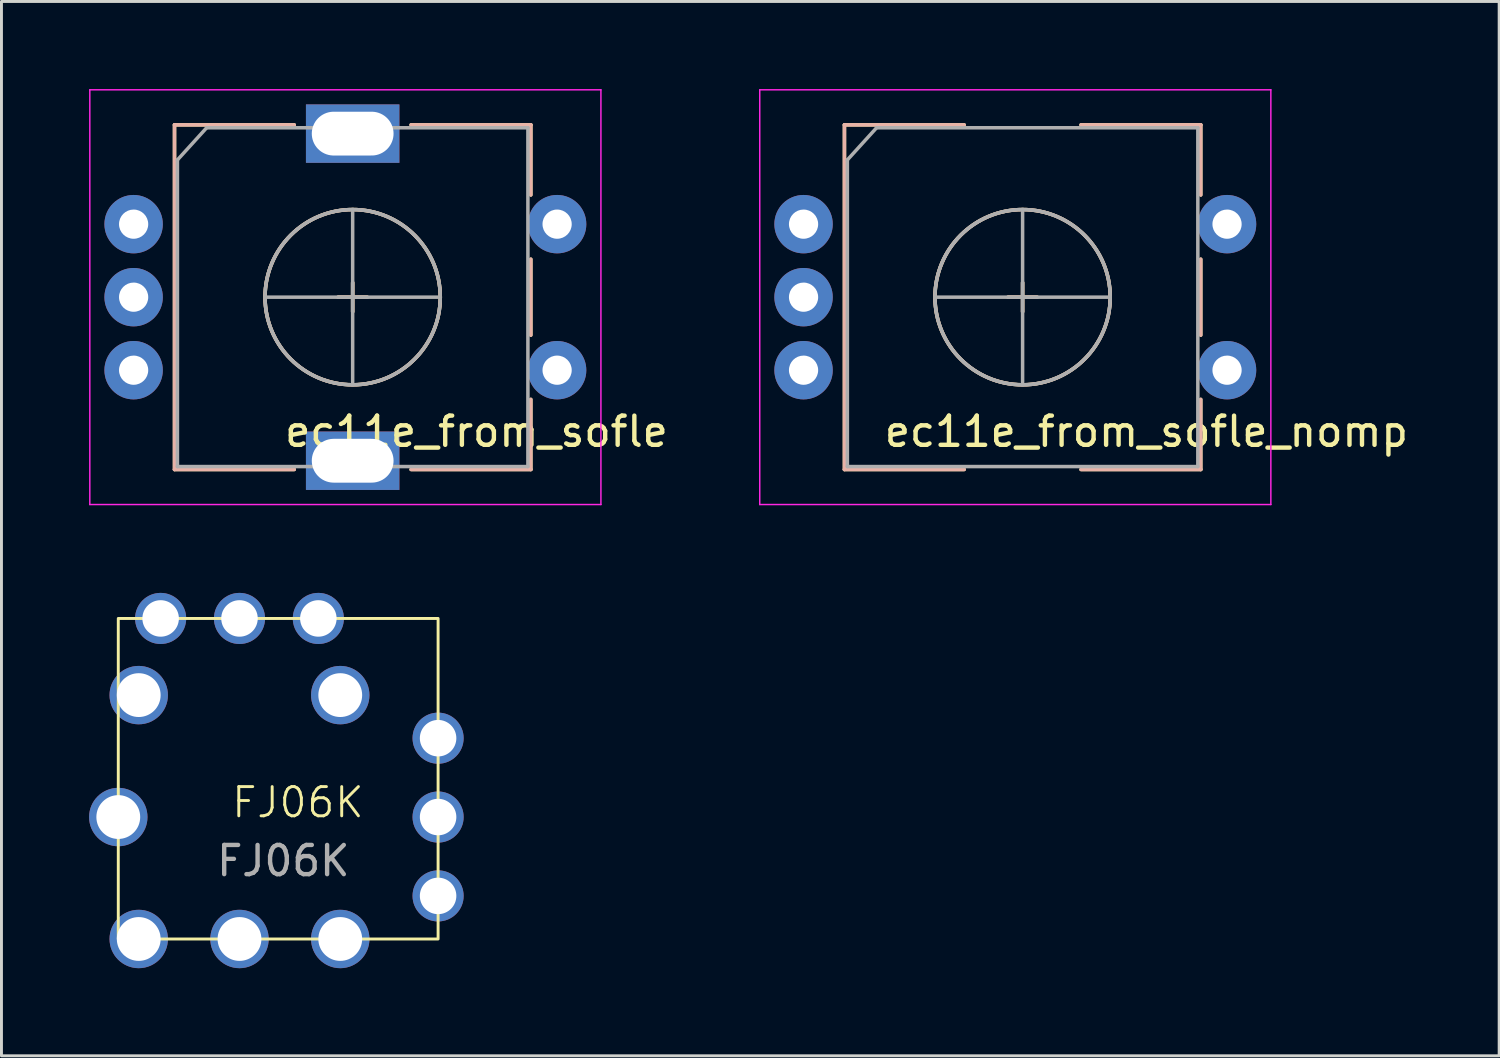
<source format=kicad_pcb>
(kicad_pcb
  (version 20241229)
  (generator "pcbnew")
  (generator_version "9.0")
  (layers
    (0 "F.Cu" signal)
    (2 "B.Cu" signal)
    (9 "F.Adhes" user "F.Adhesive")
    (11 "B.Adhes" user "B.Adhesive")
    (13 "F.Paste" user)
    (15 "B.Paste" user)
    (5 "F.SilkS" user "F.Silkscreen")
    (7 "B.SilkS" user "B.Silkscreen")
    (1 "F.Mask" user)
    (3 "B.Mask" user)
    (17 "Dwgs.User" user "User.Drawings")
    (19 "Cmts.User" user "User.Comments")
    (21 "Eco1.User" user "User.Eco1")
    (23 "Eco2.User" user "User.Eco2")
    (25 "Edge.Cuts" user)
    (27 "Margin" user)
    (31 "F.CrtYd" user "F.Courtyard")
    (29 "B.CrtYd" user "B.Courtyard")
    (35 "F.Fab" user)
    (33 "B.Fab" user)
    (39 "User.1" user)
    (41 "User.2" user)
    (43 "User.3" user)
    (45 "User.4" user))
  (footprint "FJ06K"
    (layer "F.Cu")
    (at 5.15 24.925)
    (property "Reference" "FJ06K" (at 2 -0.5 0) (unlocked yes) (layer "F.SilkS") (effects (font (size 1 1) (thickness 0.1))))
    (attr through_hole)
    (fp_rect (start -4.15 -6.8) (end 6.8 4.175) (stroke (width 0.1) (type default)) (fill no) (layer "F.SilkS"))
    (fp_text user "${REFERENCE}" (at 1.5 1.5 0) (unlocked yes) (layer "F.Fab") (effects (font (size 1 1) (thickness 0.15))))
    (pad "1" thru_hole circle (at -4.15 0) (size 2 2) (drill 1.5) (layers "*.Cu" "*.Mask"))
    (pad "2" thru_hole circle (at 0 4.175) (size 2 2) (drill 1.5) (layers "*.Cu" "*.Mask"))
    (pad "3" thru_hole circle (at -2.7 -6.8) (size 1.75 1.75) (drill 1.25) (layers "*.Cu" "*.Mask"))
    (pad "4" thru_hole circle (at 0 -6.8) (size 1.75 1.75) (drill 1.25) (layers "*.Cu" "*.Mask"))
    (pad "5" thru_hole circle (at 2.7 -6.8) (size 1.75 1.75) (drill 1.25) (layers "*.Cu" "*.Mask"))
    (pad "6" thru_hole circle (at 6.8 -2.7) (size 1.75 1.75) (drill 1.25) (layers "*.Cu" "*.Mask"))
    (pad "7" thru_hole circle (at 6.8 0) (size 1.75 1.75) (drill 1.25) (layers "*.Cu" "*.Mask"))
    (pad "8" thru_hole circle (at 6.8 2.7) (size 1.75 1.75) (drill 1.25) (layers "*.Cu" "*.Mask"))
    (pad "9" thru_hole circle (at -3.45 -4.175) (size 2 2) (drill 1.5) (layers "*.Cu" "*.Mask"))
    (pad "10" thru_hole circle (at 3.45 -4.175) (size 2 2) (drill 1.5) (layers "*.Cu" "*.Mask"))
    (pad "11" thru_hole circle (at 3.45 4.175) (size 2 2) (drill 1.5) (layers "*.Cu" "*.Mask"))
    (pad "12" thru_hole circle (at -3.45 4.175) (size 2 2) (drill 1.5) (layers "*.Cu" "*.Mask")))
  (footprint "ec11e_from_sofle_nomp"
    (layer "F.Cu")
    (at 31.963 7.125)
    (property "Reference" "ec11e_from_sofle_nomp" (at 4.24 4.6 0) (layer "F.SilkS") (effects (font (size 1 1) (thickness 0.15))))
    (attr through_hole)
    (fp_line (start -6.1 -5.9) (end -6.1 5.9) (stroke (width 0.12) (type solid)) (layer "F.SilkS"))
    (fp_line (start -2 -5.9) (end -6.1 -5.9) (stroke (width 0.12) (type solid)) (layer "F.SilkS"))
    (fp_line (start -2 5.9) (end -6.1 5.9) (stroke (width 0.12) (type solid)) (layer "F.SilkS"))
    (fp_line (start -0.5 0) (end 0.5 0) (stroke (width 0.12) (type solid)) (layer "F.SilkS"))
    (fp_line (start 0 -0.5) (end 0 0.5) (stroke (width 0.12) (type solid)) (layer "F.SilkS"))
    (fp_line (start 2 -5.9) (end 6.1 -5.9) (stroke (width 0.12) (type solid)) (layer "F.SilkS"))
    (fp_line (start 6.1 -5.9) (end 6.1 -3.5) (stroke (width 0.12) (type solid)) (layer "F.SilkS"))
    (fp_line (start 6.1 -1.3) (end 6.1 1.3) (stroke (width 0.12) (type solid)) (layer "F.SilkS"))
    (fp_line (start 6.1 3.5) (end 6.1 5.9) (stroke (width 0.12) (type solid)) (layer "F.SilkS"))
    (fp_line (start 6.1 5.9) (end 2 5.9) (stroke (width 0.12) (type solid)) (layer "F.SilkS"))
    (fp_circle (center 0 0) (end 3 0) (stroke (width 0.12) (type solid)) (fill no) (layer "F.SilkS"))
    (fp_line (start -6.1 -5.9) (end -6.1 5.9) (stroke (width 0.12) (type solid)) (layer "B.SilkS"))
    (fp_line (start -2 -5.9) (end -6.1 -5.9) (stroke (width 0.12) (type solid)) (layer "B.SilkS"))
    (fp_line (start -2 5.9) (end -6.1 5.9) (stroke (width 0.12) (type solid)) (layer "B.SilkS"))
    (fp_line (start -0.5 0) (end 0.5 0) (stroke (width 0.12) (type solid)) (layer "B.SilkS"))
    (fp_line (start 0 -0.5) (end 0 0.5) (stroke (width 0.12) (type solid)) (layer "B.SilkS"))
    (fp_line (start 2 -5.9) (end 6.1 -5.9) (stroke (width 0.12) (type solid)) (layer "B.SilkS"))
    (fp_line (start 6.1 -5.9) (end 6.1 -3.5) (stroke (width 0.12) (type solid)) (layer "B.SilkS"))
    (fp_line (start 6.1 -1.3) (end 6.1 1.3) (stroke (width 0.12) (type solid)) (layer "B.SilkS"))
    (fp_line (start 6.1 3.5) (end 6.1 5.9) (stroke (width 0.12) (type solid)) (layer "B.SilkS"))
    (fp_line (start 6.1 5.9) (end 2 5.9) (stroke (width 0.12) (type solid)) (layer "B.SilkS"))
    (fp_circle (center 0 0) (end 3 0) (stroke (width 0.12) (type solid)) (fill no) (layer "B.SilkS"))
    (fp_line (start -9 -7.1) (end -9 7.1) (stroke (width 0.05) (type solid)) (layer "F.CrtYd"))
    (fp_line (start -9 -7.1) (end 8.5 -7.1) (stroke (width 0.05) (type solid)) (layer "F.CrtYd"))
    (fp_line (start 8.5 7.1) (end -9 7.1) (stroke (width 0.05) (type solid)) (layer "F.CrtYd"))
    (fp_line (start 8.5 7.1) (end 8.5 -7.1) (stroke (width 0.05) (type solid)) (layer "F.CrtYd"))
    (fp_line (start -6 -4.7) (end -5 -5.8) (stroke (width 0.12) (type solid)) (layer "F.Fab"))
    (fp_line (start -6 5.8) (end -6 -4.7) (stroke (width 0.12) (type solid)) (layer "F.Fab"))
    (fp_line (start -5 -5.8) (end 6 -5.8) (stroke (width 0.12) (type solid)) (layer "F.Fab"))
    (fp_line (start -3 0) (end 3 0) (stroke (width 0.12) (type solid)) (layer "F.Fab"))
    (fp_line (start 0 -3) (end 0 3) (stroke (width 0.12) (type solid)) (layer "F.Fab"))
    (fp_line (start 6 -5.8) (end 6 5.8) (stroke (width 0.12) (type solid)) (layer "F.Fab"))
    (fp_line (start 6 5.8) (end -6 5.8) (stroke (width 0.12) (type solid)) (layer "F.Fab"))
    (fp_circle (center 0 0) (end 3 0) (stroke (width 0.12) (type solid)) (fill no) (layer "F.Fab"))
    (pad "A" thru_hole circle (at -7.5 -2.5) (size 2 2) (drill 1) (layers "*.Cu" "*.Mask"))
    (pad "B" thru_hole circle (at -7.5 2.5) (size 2 2) (drill 1) (layers "*.Cu" "*.Mask"))
    (pad "C" thru_hole circle (at -7.5 0) (size 2 2) (drill 1) (layers "*.Cu" "*.Mask"))
    (pad "S1" thru_hole circle (at 7 2.5) (size 2 2) (drill 1) (layers "*.Cu" "*.Mask"))
    (pad "S2" thru_hole circle (at 7 -2.5) (size 2 2) (drill 1) (layers "*.Cu" "*.Mask")))
  (footprint "ec11e_from_sofle"
    (layer "F.Cu")
    (at 9.025 7.125)
    (property "Reference" "ec11e_from_sofle" (at 4.24 4.6 0) (layer "F.SilkS") (effects (font (size 1 1) (thickness 0.15))))
    (attr through_hole)
    (fp_line (start -6.1 -5.9) (end -6.1 5.9) (stroke (width 0.12) (type solid)) (layer "F.SilkS"))
    (fp_line (start -2 -5.9) (end -6.1 -5.9) (stroke (width 0.12) (type solid)) (layer "F.SilkS"))
    (fp_line (start -2 5.9) (end -6.1 5.9) (stroke (width 0.12) (type solid)) (layer "F.SilkS"))
    (fp_line (start -0.5 0) (end 0.5 0) (stroke (width 0.12) (type solid)) (layer "F.SilkS"))
    (fp_line (start 0 -0.5) (end 0 0.5) (stroke (width 0.12) (type solid)) (layer "F.SilkS"))
    (fp_line (start 2 -5.9) (end 6.1 -5.9) (stroke (width 0.12) (type solid)) (layer "F.SilkS"))
    (fp_line (start 6.1 -5.9) (end 6.1 -3.5) (stroke (width 0.12) (type solid)) (layer "F.SilkS"))
    (fp_line (start 6.1 -1.3) (end 6.1 1.3) (stroke (width 0.12) (type solid)) (layer "F.SilkS"))
    (fp_line (start 6.1 3.5) (end 6.1 5.9) (stroke (width 0.12) (type solid)) (layer "F.SilkS"))
    (fp_line (start 6.1 5.9) (end 2 5.9) (stroke (width 0.12) (type solid)) (layer "F.SilkS"))
    (fp_circle (center 0 0) (end 3 0) (stroke (width 0.12) (type solid)) (fill no) (layer "F.SilkS"))
    (fp_line (start -6.1 -5.9) (end -6.1 5.9) (stroke (width 0.12) (type solid)) (layer "B.SilkS"))
    (fp_line (start -2 -5.9) (end -6.1 -5.9) (stroke (width 0.12) (type solid)) (layer "B.SilkS"))
    (fp_line (start -2 5.9) (end -6.1 5.9) (stroke (width 0.12) (type solid)) (layer "B.SilkS"))
    (fp_line (start -0.5 0) (end 0.5 0) (stroke (width 0.12) (type solid)) (layer "B.SilkS"))
    (fp_line (start 0 -0.5) (end 0 0.5) (stroke (width 0.12) (type solid)) (layer "B.SilkS"))
    (fp_line (start 2 -5.9) (end 6.1 -5.9) (stroke (width 0.12) (type solid)) (layer "B.SilkS"))
    (fp_line (start 6.1 -5.9) (end 6.1 -3.5) (stroke (width 0.12) (type solid)) (layer "B.SilkS"))
    (fp_line (start 6.1 -1.3) (end 6.1 1.3) (stroke (width 0.12) (type solid)) (layer "B.SilkS"))
    (fp_line (start 6.1 3.5) (end 6.1 5.9) (stroke (width 0.12) (type solid)) (layer "B.SilkS"))
    (fp_line (start 6.1 5.9) (end 2 5.9) (stroke (width 0.12) (type solid)) (layer "B.SilkS"))
    (fp_circle (center 0 0) (end 3 0) (stroke (width 0.12) (type solid)) (fill no) (layer "B.SilkS"))
    (fp_line (start -9 -7.1) (end -9 7.1) (stroke (width 0.05) (type solid)) (layer "F.CrtYd"))
    (fp_line (start -9 -7.1) (end 8.5 -7.1) (stroke (width 0.05) (type solid)) (layer "F.CrtYd"))
    (fp_line (start 8.5 7.1) (end -9 7.1) (stroke (width 0.05) (type solid)) (layer "F.CrtYd"))
    (fp_line (start 8.5 7.1) (end 8.5 -7.1) (stroke (width 0.05) (type solid)) (layer "F.CrtYd"))
    (fp_line (start -6 -4.7) (end -5 -5.8) (stroke (width 0.12) (type solid)) (layer "F.Fab"))
    (fp_line (start -6 5.8) (end -6 -4.7) (stroke (width 0.12) (type solid)) (layer "F.Fab"))
    (fp_line (start -5 -5.8) (end 6 -5.8) (stroke (width 0.12) (type solid)) (layer "F.Fab"))
    (fp_line (start -3 0) (end 3 0) (stroke (width 0.12) (type solid)) (layer "F.Fab"))
    (fp_line (start 0 -3) (end 0 3) (stroke (width 0.12) (type solid)) (layer "F.Fab"))
    (fp_line (start 6 -5.8) (end 6 5.8) (stroke (width 0.12) (type solid)) (layer "F.Fab"))
    (fp_line (start 6 5.8) (end -6 5.8) (stroke (width 0.12) (type solid)) (layer "F.Fab"))
    (fp_circle (center 0 0) (end 3 0) (stroke (width 0.12) (type solid)) (fill no) (layer "F.Fab"))
    (pad "A" thru_hole circle (at -7.5 -2.5) (size 2 2) (drill 1) (layers "*.Cu" "*.Mask"))
    (pad "B" thru_hole circle (at -7.5 2.5) (size 2 2) (drill 1) (layers "*.Cu" "*.Mask"))
    (pad "C" thru_hole circle (at -7.5 0) (size 2 2) (drill 1) (layers "*.Cu" "*.Mask"))
    (pad "MP" thru_hole rect (at 0 -5.6) (size 3.2 2) (drill oval 2.8 1.5) (layers "*.Cu" "*.Mask"))
    (pad "MP" thru_hole rect (at 0 5.6) (size 3.2 2) (drill oval 2.8 1.5) (layers "*.Cu" "*.Mask"))
    (pad "S1" thru_hole circle (at 7 2.5) (size 2 2) (drill 1) (layers "*.Cu" "*.Mask"))
    (pad "S2" thru_hole circle (at 7 -2.5) (size 2 2) (drill 1) (layers "*.Cu" "*.Mask")))
  (gr_rect
    (start -3 -3)
    (end 48.28 33.1)
    (stroke (width 0.1) (type default))
    (fill no)
    (layer "Edge.Cuts")))
</source>
